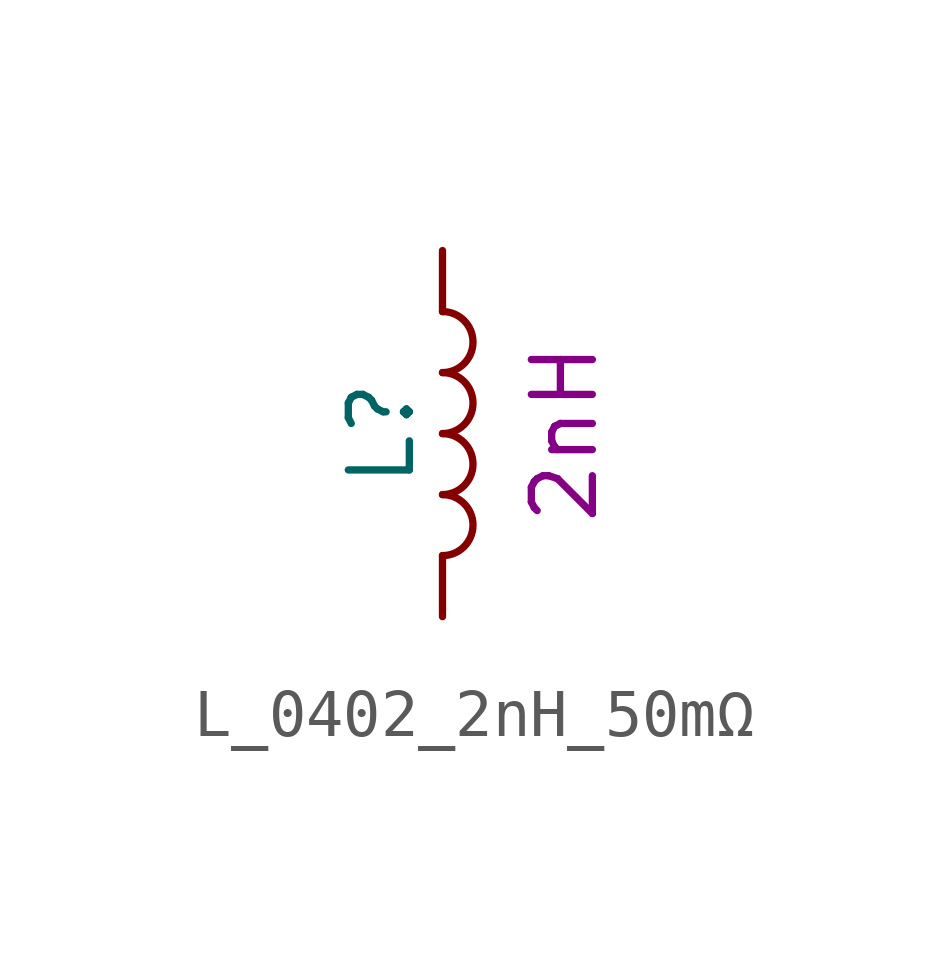
<source format=kicad_sym>
(kicad_symbol_lib
  (version 20211014)
  (generator kicad_symbol_editor)
  (symbol "L_0402_2nH_50mΩ"
    (pin_numbers hide)
    (pin_names
      (offset 1.016) hide)
    (property "Reference" "L"
      (at -1.27 0 90)
      (effects (font (size 1.27 1.27))))
    (property "PartValue" "2nH"
      (at 2.54 0 90)
      (effects (font (size 1.27 1.27))))
    (symbol "L_0402_2nH_50mΩ_0_1"
      (arc (start 0 -2.54) (mid 0.635 -1.905) (end 0 -1.27) (stroke (width 0) (type default) (color 0 0 0 0)) (fill (type none)))
      (arc (start 0 -1.27) (mid 0.635 -0.635) (end 0 0) (stroke (width 0) (type default) (color 0 0 0 0)) (fill (type none)))
      (arc (start 0 0) (mid 0.635 0.635) (end 0 1.27) (stroke (width 0) (type default) (color 0 0 0 0)) (fill (type none)))
      (arc (start 0 1.27) (mid 0.635 1.905) (end 0 2.54) (stroke (width 0) (type default) (color 0 0 0 0)) (fill (type none))))
    (symbol "L_0402_2nH_50mΩ_1_1"
      (pin passive line (at 0 3.81 270) (length 1.27) (name "1" (effects (font (size 1.27 1.27)))) (number "1" (effects (font (size 1.27 1.27)))))
      (pin passive line (at 0 -3.81 90) (length 1.27) (name "2" (effects (font (size 1.27 1.27)))) (number "2" (effects (font (size 1.27 1.27))))))))
</source>
